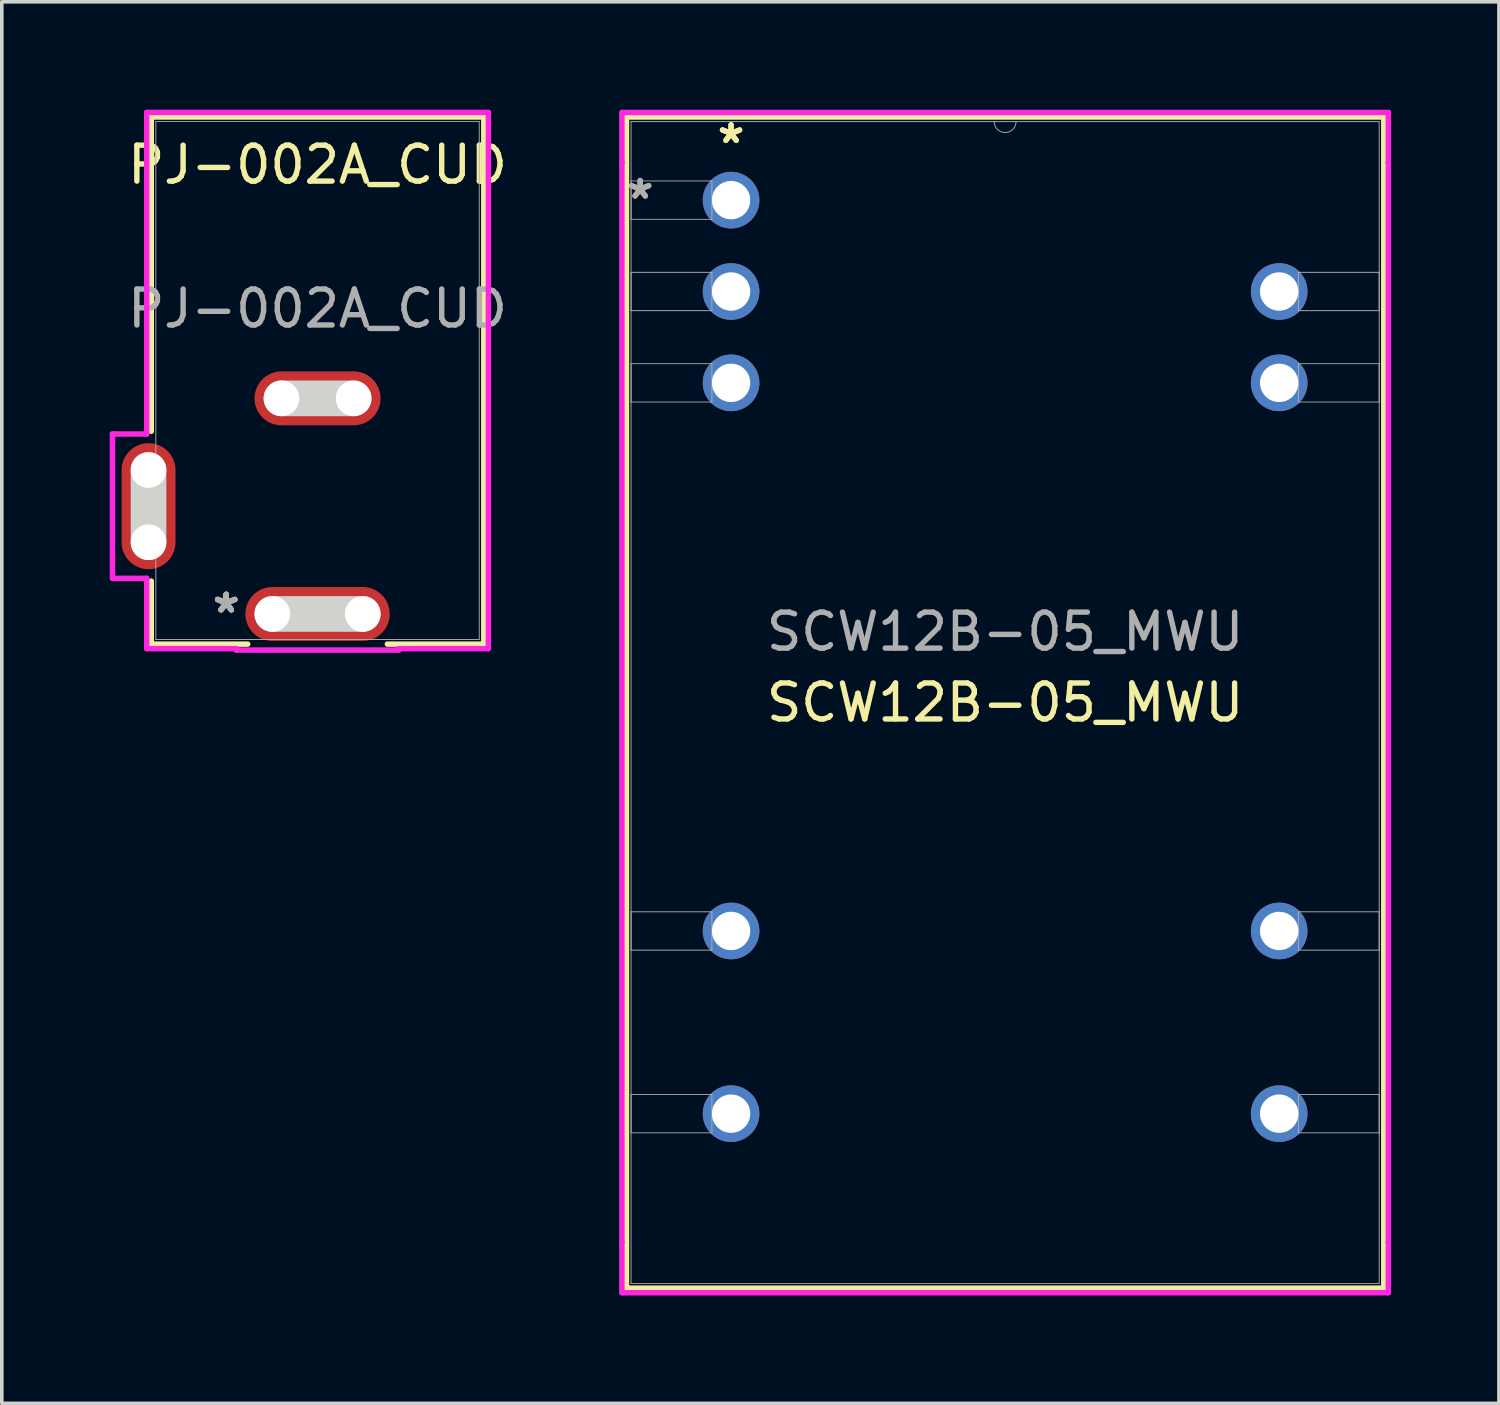
<source format=kicad_pcb>
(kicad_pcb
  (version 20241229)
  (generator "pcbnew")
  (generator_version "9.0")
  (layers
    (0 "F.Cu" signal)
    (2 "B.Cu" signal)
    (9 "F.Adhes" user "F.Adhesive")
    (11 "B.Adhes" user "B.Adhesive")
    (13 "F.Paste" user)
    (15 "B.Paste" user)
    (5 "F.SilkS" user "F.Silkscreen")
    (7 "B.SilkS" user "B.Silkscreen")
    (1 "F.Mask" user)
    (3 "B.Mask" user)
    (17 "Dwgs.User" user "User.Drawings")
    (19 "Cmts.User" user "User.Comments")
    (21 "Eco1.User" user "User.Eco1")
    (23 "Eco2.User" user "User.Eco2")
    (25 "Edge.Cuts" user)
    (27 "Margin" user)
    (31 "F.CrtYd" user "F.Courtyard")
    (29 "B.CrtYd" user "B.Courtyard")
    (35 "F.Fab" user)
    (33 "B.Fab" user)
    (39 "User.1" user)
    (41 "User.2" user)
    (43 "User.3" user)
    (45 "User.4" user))
  (footprint "SCW12B-05_MWU"
    (layer "F.Cu")
    (at 17.277 2.515)
    (property "Reference" "SCW12B-05_MWU" (at 7.62 13.97 0) (unlocked yes) (layer "F.SilkS") (effects (font (size 1 1) (thickness 0.15))))
    (attr through_hole)
    (fp_line (start -2.908 -2.311) (end -2.908 30.251) (stroke (width 0.152) (type solid)) (layer "F.SilkS"))
    (fp_line (start -2.908 30.251) (end 18.148 30.251) (stroke (width 0.152) (type solid)) (layer "F.SilkS"))
    (fp_line (start 18.148 -2.311) (end -2.908 -2.311) (stroke (width 0.152) (type solid)) (layer "F.SilkS"))
    (fp_line (start 18.148 30.251) (end 18.148 -2.311) (stroke (width 0.152) (type solid)) (layer "F.SilkS"))
    (fp_line (start -3.035 -2.438) (end 18.275 -2.438) (stroke (width 0.152) (type solid)) (layer "F.CrtYd"))
    (fp_line (start -3.035 -1.041) (end -3.035 -2.438) (stroke (width 0.152) (type solid)) (layer "F.CrtYd"))
    (fp_line (start -3.035 -1.041) (end -3.035 -1.041) (stroke (width 0.152) (type solid)) (layer "F.CrtYd"))
    (fp_line (start -3.035 28.981) (end -3.035 -1.041) (stroke (width 0.152) (type solid)) (layer "F.CrtYd"))
    (fp_line (start -3.035 28.981) (end -3.035 28.981) (stroke (width 0.152) (type solid)) (layer "F.CrtYd"))
    (fp_line (start -3.035 30.378) (end -3.035 28.981) (stroke (width 0.152) (type solid)) (layer "F.CrtYd"))
    (fp_line (start 18.275 -2.438) (end 18.275 -1.041) (stroke (width 0.152) (type solid)) (layer "F.CrtYd"))
    (fp_line (start 18.275 -1.041) (end 18.275 -1.041) (stroke (width 0.152) (type solid)) (layer "F.CrtYd"))
    (fp_line (start 18.275 -1.041) (end 18.275 28.981) (stroke (width 0.152) (type solid)) (layer "F.CrtYd"))
    (fp_line (start 18.275 28.981) (end 18.275 28.981) (stroke (width 0.152) (type solid)) (layer "F.CrtYd"))
    (fp_line (start 18.275 28.981) (end 18.275 30.378) (stroke (width 0.152) (type solid)) (layer "F.CrtYd"))
    (fp_line (start 18.275 30.378) (end -3.035 30.378) (stroke (width 0.152) (type solid)) (layer "F.CrtYd"))
    (fp_line (start -2.781 -2.184) (end -2.781 30.124) (stroke (width 0.025) (type solid)) (layer "F.Fab"))
    (fp_line (start -2.781 -0.533) (end -0.533 -0.533) (stroke (width 0.025) (type solid)) (layer "F.Fab"))
    (fp_line (start -2.781 0.533) (end -2.781 -0.533) (stroke (width 0.025) (type solid)) (layer "F.Fab"))
    (fp_line (start -2.781 2.007) (end -0.533 2.007) (stroke (width 0.025) (type solid)) (layer "F.Fab"))
    (fp_line (start -2.781 3.073) (end -2.781 2.007) (stroke (width 0.025) (type solid)) (layer "F.Fab"))
    (fp_line (start -2.781 4.547) (end -0.533 4.547) (stroke (width 0.025) (type solid)) (layer "F.Fab"))
    (fp_line (start -2.781 5.613) (end -2.781 4.547) (stroke (width 0.025) (type solid)) (layer "F.Fab"))
    (fp_line (start -2.781 19.787) (end -0.533 19.787) (stroke (width 0.025) (type solid)) (layer "F.Fab"))
    (fp_line (start -2.781 20.853) (end -2.781 19.787) (stroke (width 0.025) (type solid)) (layer "F.Fab"))
    (fp_line (start -2.781 24.867) (end -0.533 24.867) (stroke (width 0.025) (type solid)) (layer "F.Fab"))
    (fp_line (start -2.781 25.933) (end -2.781 24.867) (stroke (width 0.025) (type solid)) (layer "F.Fab"))
    (fp_line (start -2.781 30.124) (end 18.021 30.124) (stroke (width 0.025) (type solid)) (layer "F.Fab"))
    (fp_line (start -0.533 -0.533) (end -0.533 0.533) (stroke (width 0.025) (type solid)) (layer "F.Fab"))
    (fp_line (start -0.533 0.533) (end -2.781 0.533) (stroke (width 0.025) (type solid)) (layer "F.Fab"))
    (fp_line (start -0.533 2.007) (end -0.533 3.073) (stroke (width 0.025) (type solid)) (layer "F.Fab"))
    (fp_line (start -0.533 3.073) (end -2.781 3.073) (stroke (width 0.025) (type solid)) (layer "F.Fab"))
    (fp_line (start -0.533 4.547) (end -0.533 5.613) (stroke (width 0.025) (type solid)) (layer "F.Fab"))
    (fp_line (start -0.533 5.613) (end -2.781 5.613) (stroke (width 0.025) (type solid)) (layer "F.Fab"))
    (fp_line (start -0.533 19.787) (end -0.533 20.853) (stroke (width 0.025) (type solid)) (layer "F.Fab"))
    (fp_line (start -0.533 20.853) (end -2.781 20.853) (stroke (width 0.025) (type solid)) (layer "F.Fab"))
    (fp_line (start -0.533 24.867) (end -0.533 25.933) (stroke (width 0.025) (type solid)) (layer "F.Fab"))
    (fp_line (start -0.533 25.933) (end -2.781 25.933) (stroke (width 0.025) (type solid)) (layer "F.Fab"))
    (fp_line (start 15.773 2.007) (end 18.021 2.007) (stroke (width 0.025) (type solid)) (layer "F.Fab"))
    (fp_line (start 15.773 3.073) (end 15.773 2.007) (stroke (width 0.025) (type solid)) (layer "F.Fab"))
    (fp_line (start 15.773 4.547) (end 18.021 4.547) (stroke (width 0.025) (type solid)) (layer "F.Fab"))
    (fp_line (start 15.773 5.613) (end 15.773 4.547) (stroke (width 0.025) (type solid)) (layer "F.Fab"))
    (fp_line (start 15.773 19.787) (end 18.021 19.787) (stroke (width 0.025) (type solid)) (layer "F.Fab"))
    (fp_line (start 15.773 20.853) (end 15.773 19.787) (stroke (width 0.025) (type solid)) (layer "F.Fab"))
    (fp_line (start 15.773 24.867) (end 18.021 24.867) (stroke (width 0.025) (type solid)) (layer "F.Fab"))
    (fp_line (start 15.773 25.933) (end 15.773 24.867) (stroke (width 0.025) (type solid)) (layer "F.Fab"))
    (fp_line (start 18.021 -2.184) (end -2.781 -2.184) (stroke (width 0.025) (type solid)) (layer "F.Fab"))
    (fp_line (start 18.021 2.007) (end 18.021 3.073) (stroke (width 0.025) (type solid)) (layer "F.Fab"))
    (fp_line (start 18.021 3.073) (end 15.773 3.073) (stroke (width 0.025) (type solid)) (layer "F.Fab"))
    (fp_line (start 18.021 4.547) (end 18.021 5.613) (stroke (width 0.025) (type solid)) (layer "F.Fab"))
    (fp_line (start 18.021 5.613) (end 15.773 5.613) (stroke (width 0.025) (type solid)) (layer "F.Fab"))
    (fp_line (start 18.021 19.787) (end 18.021 20.853) (stroke (width 0.025) (type solid)) (layer "F.Fab"))
    (fp_line (start 18.021 20.853) (end 15.773 20.853) (stroke (width 0.025) (type solid)) (layer "F.Fab"))
    (fp_line (start 18.021 24.867) (end 18.021 25.933) (stroke (width 0.025) (type solid)) (layer "F.Fab"))
    (fp_line (start 18.021 25.933) (end 15.773 25.933) (stroke (width 0.025) (type solid)) (layer "F.Fab"))
    (fp_line (start 18.021 30.124) (end 18.021 -2.184) (stroke (width 0.025) (type solid)) (layer "F.Fab"))
    (fp_arc (start 7.9248 -2.1844) (mid 7.62 -1.8796) (end 7.3152 -2.1844) (stroke (width 0.0254) (type solid)) (layer "F.Fab"))
    (fp_text user "*" (at 0 -1.549 0) (unlocked yes) (layer "F.SilkS") (effects (font (size 1 1) (thickness 0.15))))
    (fp_text user "*" (at 0 -1.549 0) (layer "F.SilkS") (effects (font (size 1 1) (thickness 0.15))))
    (fp_text user "*" (at -2.527 0 0) (unlocked yes) (layer "F.Fab") (effects (font (size 1 1) (thickness 0.15))))
    (fp_text user "${REFERENCE}" (at 7.62 12 0) (unlocked yes) (layer "F.Fab") (effects (font (size 1 1) (thickness 0.15))))
    (fp_text user "*" (at -2.527 0 0) (layer "F.Fab") (effects (font (size 1 1) (thickness 0.15))))
    (pad "1" thru_hole circle (at 0 0) (size 1.575 1.575) (drill 1.067) (layers "*.Cu" "*.Mask"))
    (pad "2" thru_hole circle (at 0 2.54) (size 1.575 1.575) (drill 1.067) (layers "*.Cu" "*.Mask"))
    (pad "3" thru_hole circle (at 0 5.08) (size 1.575 1.575) (drill 1.067) (layers "*.Cu" "*.Mask"))
    (pad "9" thru_hole circle (at 0 20.32) (size 1.575 1.575) (drill 1.067) (layers "*.Cu" "*.Mask"))
    (pad "11" thru_hole circle (at 0 25.4) (size 1.575 1.575) (drill 1.067) (layers "*.Cu" "*.Mask"))
    (pad "14" thru_hole circle (at 15.24 25.4) (size 1.575 1.575) (drill 1.067) (layers "*.Cu" "*.Mask"))
    (pad "16" thru_hole circle (at 15.24 20.32) (size 1.575 1.575) (drill 1.067) (layers "*.Cu" "*.Mask"))
    (pad "22" thru_hole circle (at 15.24 5.08) (size 1.575 1.575) (drill 1.067) (layers "*.Cu" "*.Mask"))
    (pad "23" thru_hole circle (at 15.24 2.54) (size 1.575 1.575) (drill 1.067) (layers "*.Cu" "*.Mask")))
  (footprint "PJ-002A_CUD"
    (layer "F.Cu")
    (at 5.779 7.531)
    (property "Reference" "PJ-002A_CUD" (at 0 -6 0) (unlocked yes) (layer "F.SilkS") (effects (font (size 1 1) (thickness 0.15))))
    (attr smd)
    (fp_line (start -4.623 -7.328) (end -4.623 1.41) (stroke (width 0.152) (type solid)) (layer "F.SilkS"))
    (fp_line (start -4.623 5.575) (end -4.623 7.328) (stroke (width 0.152) (type solid)) (layer "F.SilkS"))
    (fp_line (start -4.623 7.328) (end -1.942 7.328) (stroke (width 0.152) (type solid)) (layer "F.SilkS"))
    (fp_line (start 1.942 7.328) (end 4.623 7.328) (stroke (width 0.152) (type solid)) (layer "F.SilkS"))
    (fp_line (start 4.623 -7.328) (end -4.623 -7.328) (stroke (width 0.152) (type solid)) (layer "F.SilkS"))
    (fp_line (start 4.623 7.328) (end 4.623 -7.328) (stroke (width 0.152) (type solid)) (layer "F.SilkS"))
    (fp_line (start -4.699 4.496) (end -4.699 2.489) (stroke (width 0.991) (type solid)) (layer "Edge.Cuts"))
    (fp_line (start -1.257 6.49) (end 1.257 6.49) (stroke (width 0.991) (type solid)) (layer "Edge.Cuts"))
    (fp_line (start -1.003 0.495) (end 1.003 0.495) (stroke (width 0.991) (type solid)) (layer "Edge.Cuts"))
    (fp_line (start -5.702 1.486) (end -5.702 5.499) (stroke (width 0.152) (type solid)) (layer "F.CrtYd"))
    (fp_line (start -5.702 5.499) (end -4.75 5.499) (stroke (width 0.152) (type solid)) (layer "F.CrtYd"))
    (fp_line (start -4.75 -7.455) (end -4.75 1.486) (stroke (width 0.152) (type solid)) (layer "F.CrtYd"))
    (fp_line (start -4.75 1.486) (end -5.702 1.486) (stroke (width 0.152) (type solid)) (layer "F.CrtYd"))
    (fp_line (start -4.75 5.499) (end -4.75 7.455) (stroke (width 0.152) (type solid)) (layer "F.CrtYd"))
    (fp_line (start -4.75 7.455) (end -2.261 7.455) (stroke (width 0.152) (type solid)) (layer "F.CrtYd"))
    (fp_line (start -2.261 7.455) (end -2.261 7.493) (stroke (width 0.152) (type solid)) (layer "F.CrtYd"))
    (fp_line (start -2.261 7.493) (end 2.261 7.493) (stroke (width 0.152) (type solid)) (layer "F.CrtYd"))
    (fp_line (start 2.261 7.455) (end 4.75 7.455) (stroke (width 0.152) (type solid)) (layer "F.CrtYd"))
    (fp_line (start 2.261 7.493) (end 2.261 7.455) (stroke (width 0.152) (type solid)) (layer "F.CrtYd"))
    (fp_line (start 4.75 -7.455) (end -4.75 -7.455) (stroke (width 0.152) (type solid)) (layer "F.CrtYd"))
    (fp_line (start 4.75 7.455) (end 4.75 -7.455) (stroke (width 0.152) (type solid)) (layer "F.CrtYd"))
    (fp_line (start -4.902 2.248) (end -4.902 4.737) (stroke (width 0.025) (type solid)) (layer "F.Fab"))
    (fp_line (start -4.902 4.737) (end -4.496 4.737) (stroke (width 0.025) (type solid)) (layer "F.Fab"))
    (fp_line (start -4.496 -7.201) (end -4.496 7.201) (stroke (width 0.025) (type solid)) (layer "F.Fab"))
    (fp_line (start -4.496 2.248) (end -4.902 2.248) (stroke (width 0.025) (type solid)) (layer "F.Fab"))
    (fp_line (start -4.496 7.201) (end 4.496 7.201) (stroke (width 0.025) (type solid)) (layer "F.Fab"))
    (fp_line (start 4.496 -7.201) (end -4.496 -7.201) (stroke (width 0.025) (type solid)) (layer "F.Fab"))
    (fp_line (start 4.496 7.201) (end 4.496 -7.201) (stroke (width 0.025) (type solid)) (layer "F.Fab"))
    (fp_text user "*" (at -2.54 6.49 0) (unlocked yes) (layer "F.SilkS") (effects (font (size 1 1) (thickness 0.15))))
    (fp_text user "*" (at -2.54 6.49 0) (layer "F.SilkS") (effects (font (size 1 1) (thickness 0.15))))
    (fp_text user "*" (at -2.54 6.49 0) (unlocked yes) (layer "F.Fab") (effects (font (size 1 1) (thickness 0.15))))
    (fp_text user "*" (at -2.54 6.49 0) (layer "F.Fab") (effects (font (size 1 1) (thickness 0.15))))
    (fp_text user "${REFERENCE}" (at 0 -2 0) (unlocked yes) (layer "F.Fab") (effects (font (size 1 1) (thickness 0.15))))
    (pad "" np_thru_hole circle (at -4.699 2.489) (size 0.991 0.991) (drill 0.991) (layers "*.Cu" "*.Mask"))
    (pad "" np_thru_hole circle (at -4.699 4.496) (size 0.991 0.991) (drill 0.991) (layers "*.Cu" "*.Mask"))
    (pad "" np_thru_hole circle (at -1.257 6.49) (size 0.991 0.991) (drill 0.991) (layers "*.Cu" "*.Mask"))
    (pad "" np_thru_hole circle (at -1.003 0.495) (size 0.991 0.991) (drill 0.991) (layers "*.Cu" "*.Mask"))
    (pad "" np_thru_hole circle (at 1.003 0.495) (size 0.991 0.991) (drill 0.991) (layers "*.Cu" "*.Mask"))
    (pad "" np_thru_hole circle (at 1.257 6.49) (size 0.991 0.991) (drill 0.991) (layers "*.Cu" "*.Mask"))
    (pad "1" smd oval (at 0 6.49) (size 4.013 1.499) (layers "F.Cu" "F.Mask" "F.Paste"))
    (pad "2" smd oval (at 0 0.495) (size 3.505 1.499) (layers "F.Cu" "F.Mask" "F.Paste"))
    (pad "3" smd oval (at -4.699 3.493) (size 1.499 3.505) (layers "F.Cu" "F.Mask" "F.Paste")))
  (gr_rect
    (start -3 -3)
    (end 38.628 35.969)
    (stroke (width 0.1) (type default))
    (fill no)
    (layer "Edge.Cuts")))
</source>
